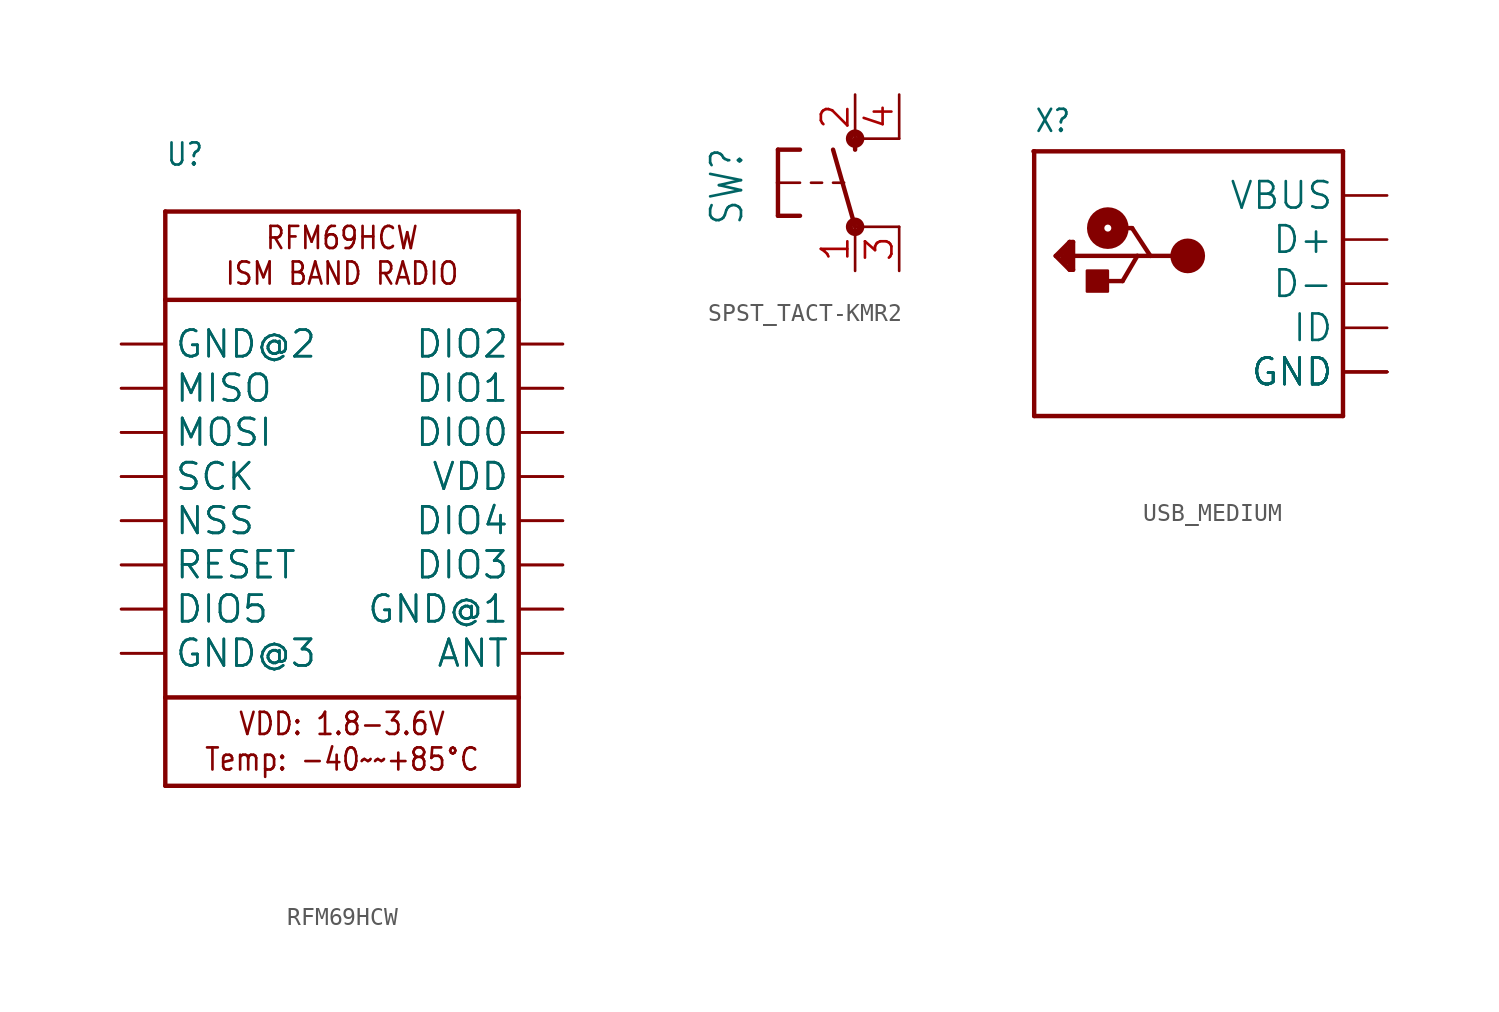
<source format=kicad_sym>
(kicad_symbol_lib
  (version 20241209)
  (generator "kicad_symbol_editor")
  (generator_version "9.0")
  (symbol "RFM69HCW"
    (property "Reference" "U"
      (at -10.16 17.78 0)
      (effects (font (size 1.27 1.079)) (justify left bottom)))
    (property "Value" ""
      (at -10.16 -20.32 0)
      (effects (font (size 1.27 1.079)) (justify left bottom)))
    (property "ki_locked" ""
      (at 0 0 0)
      (effects (font (size 1.27 1.27))))
    (symbol "RFM69HCW_1_0"
      (polyline (pts (xy -10.16 15.24) (xy 10.16 15.24)) (stroke (width 0.254) (type solid)) (fill (type none)))
      (polyline (pts (xy -10.16 10.16) (xy -10.16 15.24)) (stroke (width 0.254) (type solid)) (fill (type none)))
      (polyline (pts (xy -10.16 10.16) (xy 10.16 10.16)) (stroke (width 0.254) (type solid)) (fill (type none)))
      (polyline (pts (xy -10.16 -12.7) (xy -10.16 10.16)) (stroke (width 0.254) (type solid)) (fill (type none)))
      (polyline (pts (xy -10.16 -12.7) (xy -10.16 -17.78)) (stroke (width 0.254) (type solid)) (fill (type none)))
      (polyline (pts (xy -10.16 -17.78) (xy 10.16 -17.78)) (stroke (width 0.254) (type solid)) (fill (type none)))
      (polyline (pts (xy 10.16 15.24) (xy 10.16 10.16)) (stroke (width 0.254) (type solid)) (fill (type none)))
      (polyline (pts (xy 10.16 10.16) (xy 10.16 -12.7)) (stroke (width 0.254) (type solid)) (fill (type none)))
      (polyline (pts (xy 10.16 -12.7) (xy -10.16 -12.7)) (stroke (width 0.254) (type solid)) (fill (type none)))
      (polyline (pts (xy 10.16 -17.78) (xy 10.16 -12.7)) (stroke (width 0.254) (type solid)) (fill (type none)))
      (text "RFM69HCW\nISM BAND RADIO" (at 0 12.7 0) (effects (font (size 1.27 1.079))))
      (text "VDD: 1.8-3.6V\nTemp: -40~~+85°C" (at 0 -15.24 0) (effects (font (size 1.27 1.079))))
      (pin power_in line (at -12.7 7.62 0) (length 2.54) (name "GND@2" (effects (font (size 1.524 1.524)))) (number "9" (effects (font (size 0 0)))))
      (pin power_in line (at -12.7 7.62 0) (length 2.54) (name "GND@2" (effects (font (size 1.524 1.524)))) (number "9P" (effects (font (size 0 0)))))
      (pin output line (at -12.7 5.08 0) (length 2.54) (name "MISO" (effects (font (size 1.524 1.524)))) (number "10" (effects (font (size 0 0)))))
      (pin output line (at -12.7 5.08 0) (length 2.54) (name "MISO" (effects (font (size 1.524 1.524)))) (number "10P" (effects (font (size 0 0)))))
      (pin input line (at -12.7 2.54 0) (length 2.54) (name "MOSI" (effects (font (size 1.524 1.524)))) (number "11" (effects (font (size 0 0)))))
      (pin input line (at -12.7 2.54 0) (length 2.54) (name "MOSI" (effects (font (size 1.524 1.524)))) (number "11P" (effects (font (size 0 0)))))
      (pin input line (at -12.7 0 0) (length 2.54) (name "SCK" (effects (font (size 1.524 1.524)))) (number "12" (effects (font (size 0 0)))))
      (pin input line (at -12.7 0 0) (length 2.54) (name "SCK" (effects (font (size 1.524 1.524)))) (number "12P" (effects (font (size 0 0)))))
      (pin input line (at -12.7 -2.54 0) (length 2.54) (name "NSS" (effects (font (size 1.524 1.524)))) (number "13" (effects (font (size 0 0)))))
      (pin input line (at -12.7 -2.54 0) (length 2.54) (name "NSS" (effects (font (size 1.524 1.524)))) (number "13P" (effects (font (size 0 0)))))
      (pin input line (at -12.7 -5.08 0) (length 2.54) (name "RESET" (effects (font (size 1.524 1.524)))) (number "14" (effects (font (size 0 0)))))
      (pin input line (at -12.7 -5.08 0) (length 2.54) (name "RESET" (effects (font (size 1.524 1.524)))) (number "14P" (effects (font (size 0 0)))))
      (pin bidirectional line (at -12.7 -7.62 0) (length 2.54) (name "DIO5" (effects (font (size 1.524 1.524)))) (number "15" (effects (font (size 0 0)))))
      (pin bidirectional line (at -12.7 -7.62 0) (length 2.54) (name "DIO5" (effects (font (size 1.524 1.524)))) (number "15P" (effects (font (size 0 0)))))
      (pin power_in line (at -12.7 -10.16 0) (length 2.54) (name "GND@3" (effects (font (size 1.524 1.524)))) (number "16" (effects (font (size 0 0)))))
      (pin power_in line (at -12.7 -10.16 0) (length 2.54) (name "GND@3" (effects (font (size 1.524 1.524)))) (number "16P" (effects (font (size 0 0)))))
      (pin bidirectional line (at 12.7 7.62 180) (length 2.54) (name "DIO2" (effects (font (size 1.524 1.524)))) (number "8" (effects (font (size 0 0)))))
      (pin bidirectional line (at 12.7 7.62 180) (length 2.54) (name "DIO2" (effects (font (size 1.524 1.524)))) (number "8P" (effects (font (size 0 0)))))
      (pin bidirectional line (at 12.7 5.08 180) (length 2.54) (name "DIO1" (effects (font (size 1.524 1.524)))) (number "7" (effects (font (size 0 0)))))
      (pin bidirectional line (at 12.7 5.08 180) (length 2.54) (name "DIO1" (effects (font (size 1.524 1.524)))) (number "7P" (effects (font (size 0 0)))))
      (pin bidirectional line (at 12.7 2.54 180) (length 2.54) (name "DIO0" (effects (font (size 1.524 1.524)))) (number "6" (effects (font (size 0 0)))))
      (pin bidirectional line (at 12.7 2.54 180) (length 2.54) (name "DIO0" (effects (font (size 1.524 1.524)))) (number "6P" (effects (font (size 0 0)))))
      (pin power_in line (at 12.7 0 180) (length 2.54) (name "VDD" (effects (font (size 1.524 1.524)))) (number "5" (effects (font (size 0 0)))))
      (pin power_in line (at 12.7 0 180) (length 2.54) (name "VDD" (effects (font (size 1.524 1.524)))) (number "5P" (effects (font (size 0 0)))))
      (pin bidirectional line (at 12.7 -2.54 180) (length 2.54) (name "DIO4" (effects (font (size 1.524 1.524)))) (number "4" (effects (font (size 0 0)))))
      (pin bidirectional line (at 12.7 -2.54 180) (length 2.54) (name "DIO4" (effects (font (size 1.524 1.524)))) (number "4P" (effects (font (size 0 0)))))
      (pin bidirectional line (at 12.7 -5.08 180) (length 2.54) (name "DIO3" (effects (font (size 1.524 1.524)))) (number "3" (effects (font (size 0 0)))))
      (pin bidirectional line (at 12.7 -5.08 180) (length 2.54) (name "DIO3" (effects (font (size 1.524 1.524)))) (number "3P" (effects (font (size 0 0)))))
      (pin power_in line (at 12.7 -7.62 180) (length 2.54) (name "GND@1" (effects (font (size 1.524 1.524)))) (number "2" (effects (font (size 0 0)))))
      (pin power_in line (at 12.7 -7.62 180) (length 2.54) (name "GND@1" (effects (font (size 1.524 1.524)))) (number "2P" (effects (font (size 0 0)))))
      (pin bidirectional line (at 12.7 -10.16 180) (length 2.54) (name "ANT" (effects (font (size 1.524 1.524)))) (number "1" (effects (font (size 0 0)))))
      (pin bidirectional line (at 12.7 -10.16 180) (length 2.54) (name "ANT" (effects (font (size 1.524 1.524)))) (number "1P" (effects (font (size 0 0)))))))
  (symbol "SPST_TACT-KMR2"
    (property "Reference" "SW"
      (at -6.35 -2.54 90)
      (effects (font (size 1.778 1.511)) (justify left bottom)))
    (property "Value" ""
      (at -3.81 3.175 90)
      (effects (font (size 1.778 1.511)) (justify left bottom)))
    (property "ki_locked" ""
      (at 0 0 0)
      (effects (font (size 1.27 1.27))))
    (symbol "SPST_TACT-KMR2_1_0"
      (polyline (pts (xy -4.445 1.905) (xy -4.445 0)) (stroke (width 0.254) (type solid)) (fill (type none)))
      (polyline (pts (xy -4.445 1.905) (xy -3.175 1.905)) (stroke (width 0.254) (type solid)) (fill (type none)))
      (polyline (pts (xy -4.445 0) (xy -4.445 -1.905)) (stroke (width 0.254) (type solid)) (fill (type none)))
      (polyline (pts (xy -4.445 0) (xy -3.175 0)) (stroke (width 0.152) (type solid)) (fill (type none)))
      (polyline (pts (xy -4.445 -1.905) (xy -3.175 -1.905)) (stroke (width 0.254) (type solid)) (fill (type none)))
      (polyline (pts (xy -2.54 0) (xy -1.905 0)) (stroke (width 0.152) (type solid)) (fill (type none)))
      (polyline (pts (xy -1.27 0) (xy -0.635 0)) (stroke (width 0.152) (type solid)) (fill (type none)))
      (circle (center 0 2.54) (radius 0.127) (stroke (width 0.406) (type solid)) (fill (type none)))
      (polyline (pts (xy 0 1.905) (xy 0 2.54)) (stroke (width 0.254) (type solid)) (fill (type none)))
      (polyline (pts (xy 0 -2.54) (xy -1.27 1.905)) (stroke (width 0.254) (type solid)) (fill (type none)))
      (circle (center 0 -2.54) (radius 0.127) (stroke (width 0.406) (type solid)) (fill (type none)))
      (polyline (pts (xy 2.54 2.54) (xy 0 2.54)) (stroke (width 0.152) (type solid)) (fill (type none)))
      (polyline (pts (xy 2.54 -2.54) (xy 0 -2.54)) (stroke (width 0.152) (type solid)) (fill (type none)))
      (pin passive line (at 0 5.08 270) (length 2.54) (name "S" (effects (font (size 0 0)))) (number "2" (effects (font (size 1.524 1.524)))))
      (pin passive line (at 0 -5.08 90) (length 2.54) (name "P" (effects (font (size 0 0)))) (number "1" (effects (font (size 1.524 1.524)))))
      (pin passive line (at 2.54 5.08 270) (length 2.54) (name "S1" (effects (font (size 0 0)))) (number "4" (effects (font (size 1.524 1.524)))))
      (pin passive line (at 2.54 -5.08 90) (length 2.54) (name "P1" (effects (font (size 0 0)))) (number "3" (effects (font (size 1.524 1.524)))))))
  (symbol "USB_MEDIUM"
    (property "Reference" "X"
      (at -10.16 8.636 0)
      (effects (font (size 1.27 1.079)) (justify left bottom)))
    (property "Value" ""
      (at -10.16 -10.16 0)
      (effects (font (size 1.27 1.079)) (justify left bottom)))
    (property "ki_locked" ""
      (at 0 0 0)
      (effects (font (size 1.27 1.27))))
    (symbol "USB_MEDIUM_1_0"
      (polyline (pts (xy -10.2 7.62) (xy -10.16 7.62)) (stroke (width 0.254) (type solid)) (fill (type none)))
      (polyline (pts (xy -10.16 7.62) (xy -10.16 -7.62)) (stroke (width 0.254) (type solid)) (fill (type none)))
      (polyline (pts (xy -10.16 7.62) (xy 7.62 7.62)) (stroke (width 0.254) (type solid)) (fill (type none)))
      (polyline (pts (xy -10.16 -7.62) (xy 7.62 -7.62)) (stroke (width 0.254) (type solid)) (fill (type none)))
      (polyline (pts (xy -8.92 1.6) (xy -8.12 2.4)) (stroke (width 0.254) (type solid)) (fill (type none)))
      (polyline (pts (xy -8.52 1.6) (xy -8.52 1.4)) (stroke (width 0.254) (type solid)) (fill (type none)))
      (polyline (pts (xy -8.52 1.4) (xy -8.32 1.2)) (stroke (width 0.254) (type solid)) (fill (type none)))
      (polyline (pts (xy -8.32 2) (xy -8.72 1.6)) (stroke (width 0.254) (type solid)) (fill (type none)))
      (polyline (pts (xy -8.32 1.2) (xy -8.32 2)) (stroke (width 0.254) (type solid)) (fill (type none)))
      (polyline (pts (xy -8.12 2.4) (xy -7.92 2.4)) (stroke (width 0.254) (type solid)) (fill (type none)))
      (polyline (pts (xy -8.12 1) (xy -8.12 2.4)) (stroke (width 0.254) (type solid)) (fill (type none)))
      (polyline (pts (xy -8.12 0.8) (xy -8.92 1.6)) (stroke (width 0.254) (type solid)) (fill (type none)))
      (polyline (pts (xy -7.92 2.4) (xy -7.92 1.6)) (stroke (width 0.254) (type solid)) (fill (type none)))
      (polyline (pts (xy -7.92 1.6) (xy -7.92 0.8)) (stroke (width 0.254) (type solid)) (fill (type none)))
      (polyline (pts (xy -7.92 0.8) (xy -8.12 0.8)) (stroke (width 0.254) (type solid)) (fill (type none)))
      (rectangle (start -7.12 -0.45) (end -5.92 0.75) (stroke (width 0) (type default)) (fill (type outline)))
      (polyline (pts (xy -6.27 0.15) (xy -5.07 0.15)) (stroke (width 0.254) (type solid)) (fill (type none)))
      (circle (center -5.92 3.2) (radius 0.2) (stroke (width 1) (type solid)) (fill (type none)))
      (polyline (pts (xy -5.52 3.2) (xy -4.52 3.2)) (stroke (width 0.254) (type solid)) (fill (type none)))
      (polyline (pts (xy -5.07 0.15) (xy -4.22 1.6)) (stroke (width 0.254) (type solid)) (fill (type none)))
      (polyline (pts (xy -4.52 3.2) (xy -3.47 1.6)) (stroke (width 0.254) (type solid)) (fill (type none)))
      (polyline (pts (xy -4.22 1.6) (xy -7.92 1.6)) (stroke (width 0.254) (type solid)) (fill (type none)))
      (polyline (pts (xy -3.47 1.6) (xy -4.22 1.6)) (stroke (width 0.254) (type solid)) (fill (type none)))
      (circle (center -1.32 1.6) (radius 0.5) (stroke (width 1) (type solid)) (fill (type none)))
      (polyline (pts (xy -1.32 1.6) (xy -3.47 1.6)) (stroke (width 0.254) (type solid)) (fill (type none)))
      (polyline (pts (xy 7.62 7.62) (xy 7.62 -7.62)) (stroke (width 0.254) (type solid)) (fill (type none)))
      (pin power_in line (at 10.16 5.08 180) (length 2.54) (name "VBUS" (effects (font (size 1.524 1.524)))) (number "VBUS" (effects (font (size 0 0)))))
      (pin bidirectional line (at 10.16 2.54 180) (length 2.54) (name "D+" (effects (font (size 1.524 1.524)))) (number "D+" (effects (font (size 0 0)))))
      (pin bidirectional line (at 10.16 0 180) (length 2.54) (name "D-" (effects (font (size 1.524 1.524)))) (number "D-" (effects (font (size 0 0)))))
      (pin bidirectional line (at 10.16 -2.54 180) (length 2.54) (name "ID" (effects (font (size 1.524 1.524)))) (number "ID" (effects (font (size 0 0)))))
      (pin power_in line (at 10.16 -5.08 180) (length 2.54) (name "GND" (effects (font (size 1.524 1.524)))) (number "GND" (effects (font (size 0 0)))))
      (pin power_in line (at 10.16 -5.08 180) (length 2.54) (name "GND" (effects (font (size 1.524 1.524)))) (number "GND1" (effects (font (size 0 0)))))
      (pin power_in line (at 10.16 -5.08 180) (length 2.54) (name "GND" (effects (font (size 1.524 1.524)))) (number "GND2" (effects (font (size 0 0)))))
      (pin power_in line (at 10.16 -5.08 180) (length 2.54) (name "GND" (effects (font (size 1.524 1.524)))) (number "GND3" (effects (font (size 0 0)))))
      (pin power_in line (at 10.16 -5.08 180) (length 2.54) (name "GND" (effects (font (size 1.524 1.524)))) (number "GND4" (effects (font (size 0 0))))))))
</source>
